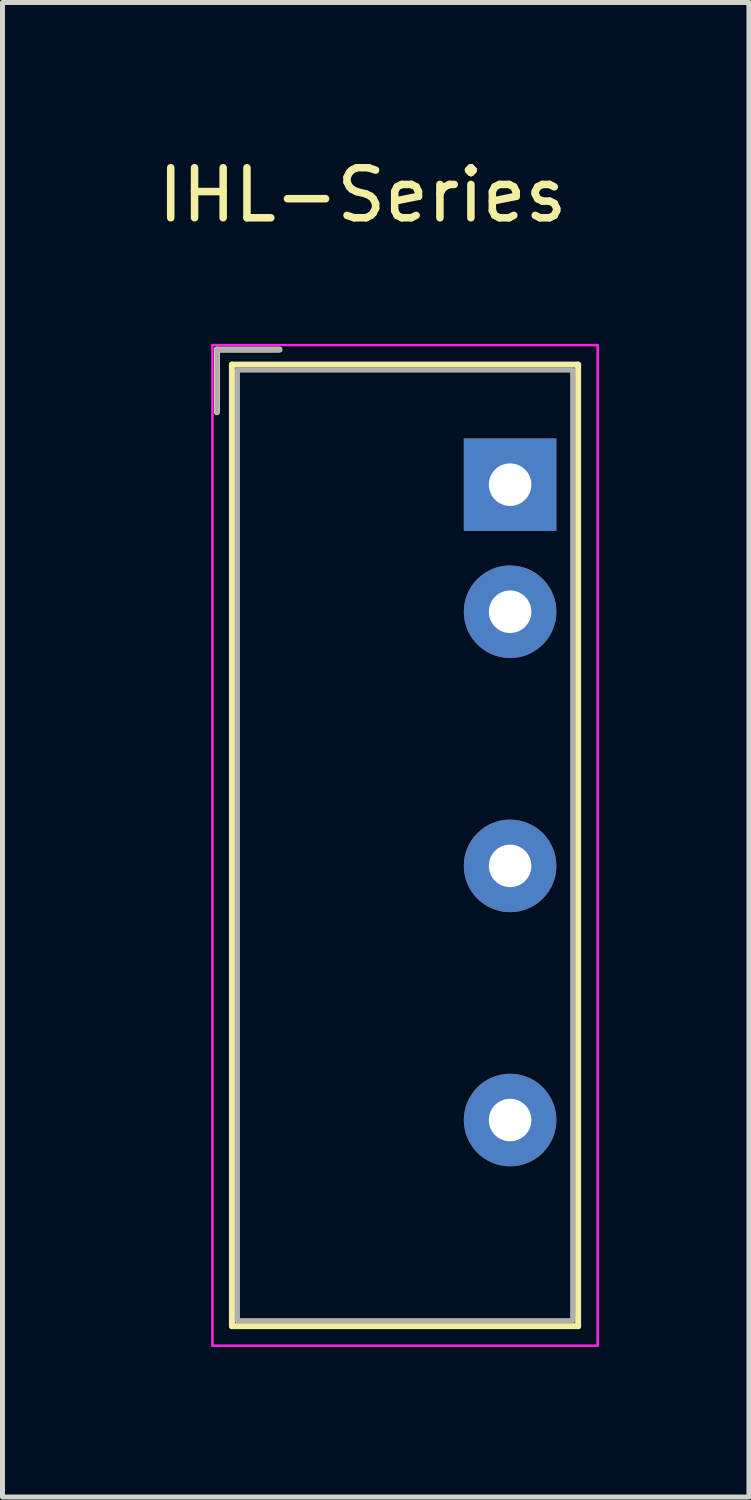
<source format=kicad_pcb>
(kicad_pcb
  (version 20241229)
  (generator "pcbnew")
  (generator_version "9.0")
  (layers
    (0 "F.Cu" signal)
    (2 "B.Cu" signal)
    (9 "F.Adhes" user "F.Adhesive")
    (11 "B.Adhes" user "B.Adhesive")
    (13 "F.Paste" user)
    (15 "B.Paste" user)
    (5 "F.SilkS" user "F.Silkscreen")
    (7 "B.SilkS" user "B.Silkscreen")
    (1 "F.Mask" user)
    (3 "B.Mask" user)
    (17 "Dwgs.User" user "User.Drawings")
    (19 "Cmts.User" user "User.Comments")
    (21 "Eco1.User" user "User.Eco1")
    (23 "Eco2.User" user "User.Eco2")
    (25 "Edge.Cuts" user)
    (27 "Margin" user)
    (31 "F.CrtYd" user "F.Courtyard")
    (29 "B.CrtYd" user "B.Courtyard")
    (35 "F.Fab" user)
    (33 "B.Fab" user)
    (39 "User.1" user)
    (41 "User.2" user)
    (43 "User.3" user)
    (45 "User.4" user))
  (footprint "IHL-Series"
    (layer "F.Cu")
    (at 4.696 13.348)
    (property "Reference" "IHL-Series" (at -0.5 -12.5 0) (unlocked yes) (layer "F.SilkS") (effects (font (size 1 1) (thickness 0.15))))
    (attr through_hole)
    (fp_line (start -3.41 -9.41) (end -3.41 -8.16) (stroke (width 0.12) (type solid)) (layer "F.SilkS"))
    (fp_line (start -3.11 -9.11) (end -3.11 10.11) (stroke (width 0.12) (type solid)) (layer "F.SilkS"))
    (fp_line (start -3.11 10.11) (end 3.81 10.11) (stroke (width 0.12) (type solid)) (layer "F.SilkS"))
    (fp_line (start -2.16 -9.41) (end -3.41 -9.41) (stroke (width 0.12) (type solid)) (layer "F.SilkS"))
    (fp_line (start 3.81 -9.11) (end -3.11 -9.11) (stroke (width 0.12) (type solid)) (layer "F.SilkS"))
    (fp_line (start 3.81 10.11) (end 3.81 -9.11) (stroke (width 0.12) (type solid)) (layer "F.SilkS"))
    (fp_line (start -3.5 -9.5) (end -3.5 10.5) (stroke (width 0.05) (type solid)) (layer "F.CrtYd"))
    (fp_line (start -3.5 10.5) (end 4.2 10.5) (stroke (width 0.05) (type solid)) (layer "F.CrtYd"))
    (fp_line (start 4.2 -9.5) (end -3.5 -9.5) (stroke (width 0.05) (type solid)) (layer "F.CrtYd"))
    (fp_line (start 4.2 10.5) (end 4.2 -9.5) (stroke (width 0.05) (type solid)) (layer "F.CrtYd"))
    (fp_line (start -3.41 -9.41) (end -3.41 -8.16) (stroke (width 0.1) (type solid)) (layer "F.Fab"))
    (fp_line (start -3 -9) (end -3 10) (stroke (width 0.1) (type solid)) (layer "F.Fab"))
    (fp_line (start -3 10) (end 3.7 10) (stroke (width 0.1) (type solid)) (layer "F.Fab"))
    (fp_line (start -2.16 -9.41) (end -3.41 -9.41) (stroke (width 0.1) (type solid)) (layer "F.Fab"))
    (fp_line (start 3.7 -9) (end -3 -9) (stroke (width 0.1) (type solid)) (layer "F.Fab"))
    (fp_line (start 3.7 10) (end 3.7 -9) (stroke (width 0.1) (type solid)) (layer "F.Fab"))
    (pad "1" thru_hole rect (at 2.45 -6.71) (size 1.85 1.85) (drill 0.85) (layers "*.Cu" "*.Mask"))
    (pad "2" thru_hole circle (at 2.45 -4.17) (size 1.85 1.85) (drill 0.85) (layers "*.Cu" "*.Mask"))
    (pad "5" thru_hole circle (at 2.45 0.91) (size 1.85 1.85) (drill 0.85) (layers "*.Cu" "*.Mask"))
    (pad "7" thru_hole circle (at 2.45 5.99) (size 1.85 1.85) (drill 0.85) (layers "*.Cu" "*.Mask")))
  (gr_rect
    (start -3 -3)
    (end 11.921 26.873)
    (stroke (width 0.1) (type default))
    (fill no)
    (layer "Edge.Cuts")))
</source>
